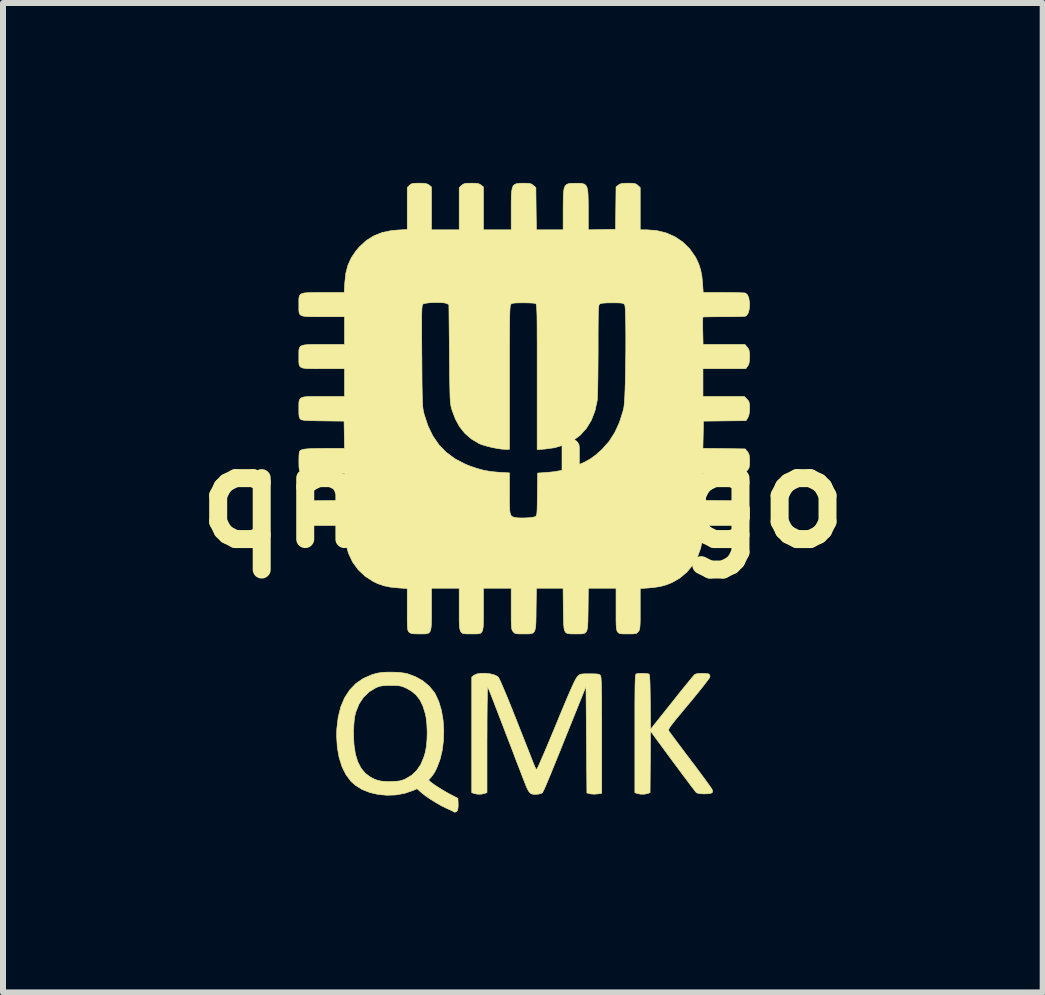
<source format=kicad_pcb>
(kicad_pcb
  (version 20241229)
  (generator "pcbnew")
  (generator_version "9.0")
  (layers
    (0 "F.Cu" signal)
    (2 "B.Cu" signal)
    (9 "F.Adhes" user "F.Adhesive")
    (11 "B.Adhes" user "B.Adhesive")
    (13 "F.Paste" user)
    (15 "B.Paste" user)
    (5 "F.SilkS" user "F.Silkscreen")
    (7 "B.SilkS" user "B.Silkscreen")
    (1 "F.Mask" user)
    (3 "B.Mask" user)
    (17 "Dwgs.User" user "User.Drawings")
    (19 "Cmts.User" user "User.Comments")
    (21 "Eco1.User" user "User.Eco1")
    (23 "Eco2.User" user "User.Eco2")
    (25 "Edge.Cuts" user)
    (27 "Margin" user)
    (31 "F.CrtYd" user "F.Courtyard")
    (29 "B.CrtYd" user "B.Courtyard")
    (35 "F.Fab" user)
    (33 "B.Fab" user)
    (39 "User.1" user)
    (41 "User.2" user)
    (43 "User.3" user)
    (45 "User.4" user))
  (footprint "qmk_logo"
    (layer "F.Cu")
    (at 5.668 5.249)
    (property "Reference" "qmk_logo" (at 0 0 0) (layer "F.SilkS") (effects (font (size 1.524 1.524) (thickness 0.3))))
    (attr through_hole)
    (fp_poly (pts (xy 3.05 2.931) (xy 3.091 2.936) (xy 3.106 2.942) (xy 3.12 2.967) (xy 3.118 2.992) (xy 3.106 3.012) (xy 3.077 3.051) (xy 3.034 3.108) (xy 2.978 3.179) (xy 2.912 3.261) (xy 2.837 3.353) (xy 2.762 3.443) (xy 2.671 3.552) (xy 2.598 3.64) (xy 2.54 3.71) (xy 2.497 3.765) (xy 2.466 3.806) (xy 2.446 3.836) (xy 2.434 3.857) (xy 2.43 3.872) (xy 2.432 3.883) (xy 2.435 3.89) (xy 2.448 3.909) (xy 2.478 3.949) (xy 2.521 4.007) (xy 2.575 4.08) (xy 2.64 4.166) (xy 2.711 4.261) (xy 2.789 4.363) (xy 2.796 4.374) (xy 2.874 4.476) (xy 2.946 4.573) (xy 3.011 4.661) (xy 3.066 4.736) (xy 3.11 4.797) (xy 3.14 4.84) (xy 3.155 4.862) (xy 3.155 4.863) (xy 3.165 4.896) (xy 3.156 4.918) (xy 3.154 4.92) (xy 3.128 4.93) (xy 3.083 4.936) (xy 3.027 4.938) (xy 2.97 4.936) (xy 2.923 4.929) (xy 2.894 4.918) (xy 2.894 4.918) (xy 2.88 4.902) (xy 2.851 4.864) (xy 2.807 4.808) (xy 2.753 4.735) (xy 2.688 4.649) (xy 2.616 4.552) (xy 2.538 4.447) (xy 2.499 4.395) (xy 2.129 3.892) (xy 2.121 4.917) (xy 2.083 4.931) (xy 2.027 4.943) (xy 1.963 4.943) (xy 1.906 4.932) (xy 1.901 4.93) (xy 1.868 4.917) (xy 1.868 3.932) (xy 1.868 3.735) (xy 1.868 3.565) (xy 1.868 3.422) (xy 1.869 3.302) (xy 1.87 3.203) (xy 1.871 3.124) (xy 1.873 3.062) (xy 1.875 3.016) (xy 1.877 2.982) (xy 1.881 2.96) (xy 1.884 2.946) (xy 1.889 2.939) (xy 1.891 2.938) (xy 1.923 2.932) (xy 1.97 2.929) (xy 2.023 2.93) (xy 2.07 2.933) (xy 2.1 2.939) (xy 2.103 2.941) (xy 2.108 2.952) (xy 2.113 2.98) (xy 2.117 3.028) (xy 2.12 3.096) (xy 2.122 3.188) (xy 2.124 3.306) (xy 2.125 3.407) (xy 2.129 3.862) (xy 2.486 3.414) (xy 2.566 3.313) (xy 2.641 3.219) (xy 2.709 3.135) (xy 2.768 3.063) (xy 2.815 3.006) (xy 2.848 2.967) (xy 2.865 2.948) (xy 2.866 2.947) (xy 2.893 2.937) (xy 2.94 2.931) (xy 2.996 2.929) (xy 3.05 2.931)) (stroke (width 0.01) (type solid)) (fill yes) (layer "F.SilkS"))
    (fp_poly (pts (xy -2.065 2.913) (xy -1.977 2.924) (xy -1.93 2.933) (xy -1.793 2.983) (xy -1.668 3.053) (xy -1.561 3.142) (xy -1.477 3.245) (xy -1.46 3.272) (xy -1.401 3.401) (xy -1.357 3.549) (xy -1.33 3.71) (xy -1.319 3.879) (xy -1.324 4.049) (xy -1.345 4.215) (xy -1.383 4.371) (xy -1.437 4.511) (xy -1.465 4.566) (xy -1.494 4.613) (xy -1.523 4.652) (xy -1.538 4.669) (xy -1.561 4.693) (xy -1.569 4.708) (xy -1.557 4.724) (xy -1.523 4.752) (xy -1.473 4.788) (xy -1.412 4.828) (xy -1.344 4.87) (xy -1.275 4.911) (xy -1.226 4.938) (xy -1.083 5.013) (xy -1.079 5.098) (xy -1.079 5.151) (xy -1.085 5.195) (xy -1.09 5.214) (xy -1.115 5.24) (xy -1.143 5.243) (xy -1.155 5.235) (xy -1.172 5.225) (xy -1.209 5.207) (xy -1.26 5.184) (xy -1.274 5.178) (xy -1.355 5.138) (xy -1.447 5.086) (xy -1.54 5.028) (xy -1.626 4.969) (xy -1.694 4.914) (xy -1.702 4.908) (xy -1.763 4.852) (xy -1.837 4.884) (xy -1.974 4.93) (xy -2.12 4.956) (xy -2.268 4.961) (xy -2.414 4.947) (xy -2.553 4.915) (xy -2.681 4.864) (xy -2.791 4.796) (xy -2.867 4.728) (xy -2.95 4.616) (xy -3.016 4.483) (xy -3.064 4.329) (xy -3.094 4.159) (xy -3.105 3.976) (xy -3.104 3.934) (xy -2.824 3.934) (xy -2.816 4.114) (xy -2.793 4.27) (xy -2.753 4.402) (xy -2.697 4.511) (xy -2.625 4.597) (xy -2.545 4.656) (xy -2.477 4.692) (xy -2.412 4.716) (xy -2.342 4.728) (xy -2.257 4.733) (xy -2.196 4.732) (xy -2.119 4.729) (xy -2.062 4.723) (xy -2.017 4.713) (xy -1.975 4.697) (xy -1.957 4.689) (xy -1.854 4.628) (xy -1.77 4.549) (xy -1.703 4.45) (xy -1.651 4.327) (xy -1.627 4.248) (xy -1.609 4.15) (xy -1.598 4.034) (xy -1.595 3.909) (xy -1.6 3.785) (xy -1.612 3.672) (xy -1.627 3.599) (xy -1.667 3.471) (xy -1.718 3.368) (xy -1.782 3.287) (xy -1.862 3.221) (xy -1.941 3.177) (xy -1.987 3.156) (xy -2.026 3.143) (xy -2.066 3.135) (xy -2.116 3.131) (xy -2.186 3.131) (xy -2.204 3.131) (xy -2.28 3.131) (xy -2.335 3.135) (xy -2.377 3.142) (xy -2.416 3.154) (xy -2.454 3.17) (xy -2.565 3.238) (xy -2.658 3.329) (xy -2.732 3.441) (xy -2.785 3.572) (xy -2.801 3.638) (xy -2.811 3.702) (xy -2.818 3.785) (xy -2.823 3.877) (xy -2.824 3.934) (xy -3.104 3.934) (xy -3.102 3.853) (xy -3.079 3.66) (xy -3.036 3.488) (xy -2.973 3.338) (xy -2.889 3.208) (xy -2.786 3.1) (xy -2.663 3.015) (xy -2.52 2.952) (xy -2.435 2.927) (xy -2.361 2.915) (xy -2.267 2.909) (xy -2.165 2.909) (xy -2.065 2.913)) (stroke (width 0.01) (type solid)) (fill yes) (layer "F.SilkS"))
    (fp_poly (pts (xy -0.548 2.936) (xy -0.479 2.953) (xy -0.426 2.978) (xy -0.41 2.991) (xy -0.397 3.013) (xy -0.374 3.06) (xy -0.343 3.131) (xy -0.304 3.223) (xy -0.257 3.335) (xy -0.205 3.463) (xy -0.148 3.607) (xy -0.105 3.713) (xy -0.051 3.851) (xy 0.001 3.982) (xy 0.049 4.104) (xy 0.092 4.213) (xy 0.129 4.307) (xy 0.158 4.382) (xy 0.179 4.435) (xy 0.191 4.464) (xy 0.191 4.465) (xy 0.209 4.504) (xy 0.225 4.528) (xy 0.23 4.532) (xy 0.238 4.519) (xy 0.257 4.481) (xy 0.284 4.42) (xy 0.319 4.339) (xy 0.362 4.241) (xy 0.41 4.127) (xy 0.463 4) (xy 0.52 3.864) (xy 0.554 3.782) (xy 0.626 3.607) (xy 0.688 3.459) (xy 0.74 3.335) (xy 0.784 3.233) (xy 0.821 3.15) (xy 0.85 3.087) (xy 0.874 3.039) (xy 0.893 3.006) (xy 0.907 2.986) (xy 0.91 2.982) (xy 0.932 2.962) (xy 0.952 2.948) (xy 0.977 2.941) (xy 1.014 2.937) (xy 1.071 2.936) (xy 1.115 2.936) (xy 1.186 2.937) (xy 1.234 2.939) (xy 1.265 2.944) (xy 1.283 2.953) (xy 1.294 2.965) (xy 1.298 2.975) (xy 1.302 2.993) (xy 1.305 3.021) (xy 1.307 3.062) (xy 1.31 3.117) (xy 1.311 3.189) (xy 1.313 3.28) (xy 1.314 3.391) (xy 1.314 3.524) (xy 1.315 3.683) (xy 1.315 3.869) (xy 1.315 3.961) (xy 1.315 4.929) (xy 1.245 4.939) (xy 1.189 4.943) (xy 1.135 4.939) (xy 1.122 4.936) (xy 1.068 4.923) (xy 1.061 4.034) (xy 1.053 3.145) (xy 0.846 3.661) (xy 0.759 3.876) (xy 0.683 4.065) (xy 0.617 4.23) (xy 0.559 4.372) (xy 0.51 4.493) (xy 0.469 4.595) (xy 0.434 4.679) (xy 0.405 4.748) (xy 0.382 4.803) (xy 0.363 4.845) (xy 0.349 4.876) (xy 0.337 4.898) (xy 0.329 4.913) (xy 0.321 4.922) (xy 0.315 4.927) (xy 0.31 4.93) (xy 0.303 4.932) (xy 0.303 4.932) (xy 0.262 4.942) (xy 0.217 4.946) (xy 0.179 4.945) (xy 0.15 4.94) (xy 0.125 4.927) (xy 0.103 4.903) (xy 0.08 4.864) (xy 0.054 4.807) (xy 0.023 4.728) (xy -0.007 4.652) (xy -0.038 4.569) (xy -0.079 4.464) (xy -0.125 4.344) (xy -0.174 4.214) (xy -0.225 4.082) (xy -0.275 3.953) (xy -0.287 3.922) (xy -0.332 3.803) (xy -0.377 3.687) (xy -0.419 3.577) (xy -0.457 3.479) (xy -0.488 3.397) (xy -0.512 3.337) (xy -0.519 3.317) (xy -0.543 3.256) (xy -0.564 3.205) (xy -0.58 3.171) (xy -0.586 3.161) (xy -0.588 3.173) (xy -0.59 3.212) (xy -0.592 3.276) (xy -0.593 3.362) (xy -0.595 3.468) (xy -0.596 3.591) (xy -0.597 3.729) (xy -0.597 3.879) (xy -0.598 4.032) (xy -0.598 4.916) (xy -0.636 4.931) (xy -0.692 4.943) (xy -0.757 4.943) (xy -0.814 4.932) (xy -0.818 4.93) (xy -0.852 4.917) (xy -0.852 2.99) (xy -0.812 2.959) (xy -0.766 2.938) (xy -0.701 2.928) (xy -0.625 2.927) (xy -0.548 2.936)) (stroke (width 0.01) (type solid)) (fill yes) (layer "F.SilkS"))
    (fp_poly (pts (xy 1.818 -5.243) (xy 1.86 -5.239) (xy 1.888 -5.23) (xy 1.91 -5.214) (xy 1.918 -5.208) (xy 1.957 -5.171) (xy 1.957 -4.467) (xy 2.063 -4.467) (xy 2.233 -4.454) (xy 2.393 -4.414) (xy 2.538 -4.35) (xy 2.668 -4.262) (xy 2.781 -4.152) (xy 2.873 -4.02) (xy 2.891 -3.988) (xy 2.934 -3.895) (xy 2.964 -3.801) (xy 2.985 -3.696) (xy 2.997 -3.57) (xy 2.997 -3.57) (xy 3.007 -3.422) (xy 3.348 -3.422) (xy 3.447 -3.421) (xy 3.537 -3.42) (xy 3.613 -3.418) (xy 3.67 -3.416) (xy 3.705 -3.414) (xy 3.712 -3.412) (xy 3.745 -3.384) (xy 3.767 -3.332) (xy 3.779 -3.258) (xy 3.78 -3.22) (xy 3.774 -3.138) (xy 3.756 -3.076) (xy 3.728 -3.036) (xy 3.712 -3.027) (xy 3.691 -3.025) (xy 3.644 -3.022) (xy 3.577 -3.02) (xy 3.493 -3.019) (xy 3.398 -3.018) (xy 3.348 -3.018) (xy 3.25 -3.018) (xy 3.163 -3.017) (xy 3.091 -3.016) (xy 3.037 -3.015) (xy 3.007 -3.013) (xy 3.002 -3.012) (xy 3 -2.996) (xy 2.999 -2.955) (xy 2.999 -2.895) (xy 2.999 -2.821) (xy 3 -2.78) (xy 3.005 -2.555) (xy 3.703 -2.555) (xy 3.741 -2.509) (xy 3.762 -2.481) (xy 3.773 -2.452) (xy 3.779 -2.412) (xy 3.78 -2.352) (xy 3.78 -2.351) (xy 3.778 -2.286) (xy 3.771 -2.241) (xy 3.758 -2.208) (xy 3.749 -2.195) (xy 3.718 -2.152) (xy 3.003 -2.152) (xy 3.003 -1.688) (xy 3.693 -1.688) (xy 3.736 -1.645) (xy 3.759 -1.619) (xy 3.772 -1.594) (xy 3.778 -1.56) (xy 3.78 -1.508) (xy 3.78 -1.492) (xy 3.777 -1.422) (xy 3.768 -1.372) (xy 3.751 -1.334) (xy 3.721 -1.285) (xy 3.366 -1.281) (xy 3.011 -1.277) (xy 3.007 -1.05) (xy 3.002 -0.823) (xy 3.355 -0.819) (xy 3.708 -0.814) (xy 3.744 -0.769) (xy 3.763 -0.741) (xy 3.774 -0.711) (xy 3.779 -0.667) (xy 3.78 -0.61) (xy 3.779 -0.551) (xy 3.775 -0.512) (xy 3.764 -0.484) (xy 3.745 -0.459) (xy 3.737 -0.45) (xy 3.693 -0.403) (xy 3.002 -0.403) (xy 3.007 -0.179) (xy 3.011 0.045) (xy 3.359 0.049) (xy 3.708 0.052) (xy 3.744 0.097) (xy 3.763 0.125) (xy 3.774 0.155) (xy 3.779 0.197) (xy 3.78 0.259) (xy 3.779 0.319) (xy 3.775 0.358) (xy 3.766 0.385) (xy 3.748 0.408) (xy 3.736 0.42) (xy 3.693 0.463) (xy 3.008 0.463) (xy 2.997 0.609) (xy 2.99 0.685) (xy 2.98 0.761) (xy 2.968 0.825) (xy 2.964 0.843) (xy 2.912 0.987) (xy 2.835 1.12) (xy 2.736 1.239) (xy 2.619 1.338) (xy 2.49 1.413) (xy 2.394 1.452) (xy 2.3 1.478) (xy 2.195 1.495) (xy 2.103 1.504) (xy 1.957 1.514) (xy 1.957 1.853) (xy 1.957 1.963) (xy 1.957 2.047) (xy 1.955 2.109) (xy 1.952 2.153) (xy 1.948 2.184) (xy 1.942 2.205) (xy 1.934 2.221) (xy 1.926 2.232) (xy 1.91 2.25) (xy 1.892 2.262) (xy 1.864 2.268) (xy 1.821 2.271) (xy 1.758 2.271) (xy 1.697 2.271) (xy 1.65 2.27) (xy 1.614 2.264) (xy 1.589 2.249) (xy 1.571 2.223) (xy 1.561 2.182) (xy 1.556 2.123) (xy 1.554 2.042) (xy 1.554 1.937) (xy 1.554 1.867) (xy 1.554 1.509) (xy 1.092 1.509) (xy 1.088 1.859) (xy 1.086 1.98) (xy 1.084 2.075) (xy 1.08 2.147) (xy 1.072 2.199) (xy 1.058 2.234) (xy 1.037 2.255) (xy 1.008 2.266) (xy 0.968 2.271) (xy 0.916 2.271) (xy 0.882 2.271) (xy 0.822 2.271) (xy 0.776 2.269) (xy 0.741 2.263) (xy 0.715 2.247) (xy 0.698 2.22) (xy 0.687 2.178) (xy 0.681 2.118) (xy 0.678 2.036) (xy 0.676 1.929) (xy 0.675 1.859) (xy 0.671 1.509) (xy 0.226 1.509) (xy 0.221 1.862) (xy 0.22 1.983) (xy 0.218 2.077) (xy 0.213 2.149) (xy 0.204 2.2) (xy 0.19 2.235) (xy 0.168 2.256) (xy 0.137 2.267) (xy 0.095 2.271) (xy 0.04 2.271) (xy 0.007 2.271) (xy -0.059 2.271) (xy -0.102 2.268) (xy -0.129 2.262) (xy -0.147 2.25) (xy -0.163 2.232) (xy -0.163 2.232) (xy -0.173 2.217) (xy -0.181 2.201) (xy -0.186 2.178) (xy -0.19 2.144) (xy -0.192 2.096) (xy -0.194 2.029) (xy -0.194 1.94) (xy -0.194 1.851) (xy -0.194 1.509) (xy -0.657 1.509) (xy -0.657 1.867) (xy -0.657 1.987) (xy -0.658 2.081) (xy -0.661 2.152) (xy -0.669 2.202) (xy -0.682 2.236) (xy -0.702 2.257) (xy -0.732 2.267) (xy -0.773 2.271) (xy -0.826 2.271) (xy -0.862 2.271) (xy -0.92 2.271) (xy -0.966 2.269) (xy -1.001 2.262) (xy -1.026 2.246) (xy -1.043 2.218) (xy -1.053 2.175) (xy -1.059 2.113) (xy -1.061 2.03) (xy -1.061 1.922) (xy -1.061 1.857) (xy -1.061 1.509) (xy -1.524 1.509) (xy -1.524 1.86) (xy -1.524 1.982) (xy -1.525 2.077) (xy -1.528 2.148) (xy -1.536 2.2) (xy -1.549 2.234) (xy -1.57 2.256) (xy -1.599 2.267) (xy -1.639 2.271) (xy -1.692 2.271) (xy -1.726 2.271) (xy -1.794 2.27) (xy -1.84 2.267) (xy -1.87 2.26) (xy -1.89 2.248) (xy -1.898 2.241) (xy -1.907 2.23) (xy -1.914 2.216) (xy -1.92 2.194) (xy -1.923 2.162) (xy -1.926 2.114) (xy -1.927 2.048) (xy -1.927 1.959) (xy -1.927 1.862) (xy -1.927 1.514) (xy -2.073 1.504) (xy -2.205 1.491) (xy -2.317 1.468) (xy -2.418 1.433) (xy -2.494 1.397) (xy -2.63 1.309) (xy -2.745 1.201) (xy -2.837 1.075) (xy -2.906 0.931) (xy -2.951 0.772) (xy -2.97 0.616) (xy -2.978 0.463) (xy -3.327 0.463) (xy -3.448 0.463) (xy -3.542 0.462) (xy -3.613 0.459) (xy -3.665 0.451) (xy -3.699 0.438) (xy -3.72 0.417) (xy -3.731 0.386) (xy -3.735 0.345) (xy -3.735 0.291) (xy -3.735 0.256) (xy -3.735 0.196) (xy -3.734 0.149) (xy -3.727 0.114) (xy -3.711 0.088) (xy -3.684 0.07) (xy -3.642 0.06) (xy -3.581 0.054) (xy -3.499 0.051) (xy -3.392 0.049) (xy -3.327 0.049) (xy -2.981 0.045) (xy -2.977 -0.179) (xy -2.973 -0.403) (xy -3.31 -0.403) (xy -3.429 -0.404) (xy -3.521 -0.405) (xy -3.591 -0.409) (xy -3.642 -0.414) (xy -3.678 -0.422) (xy -3.702 -0.432) (xy -3.718 -0.447) (xy -3.724 -0.454) (xy -3.729 -0.477) (xy -3.733 -0.521) (xy -3.734 -0.578) (xy -3.734 -0.64) (xy -3.733 -0.699) (xy -3.729 -0.745) (xy -3.724 -0.771) (xy -3.724 -0.772) (xy -3.709 -0.788) (xy -3.684 -0.8) (xy -3.646 -0.809) (xy -3.591 -0.815) (xy -3.516 -0.819) (xy -3.418 -0.821) (xy -3.301 -0.822) (xy -2.973 -0.822) (xy -2.977 -1.05) (xy -2.981 -1.277) (xy -3.331 -1.281) (xy -3.445 -1.283) (xy -3.532 -1.285) (xy -3.598 -1.288) (xy -3.644 -1.291) (xy -3.676 -1.296) (xy -3.696 -1.302) (xy -3.708 -1.31) (xy -3.708 -1.31) (xy -3.721 -1.326) (xy -3.729 -1.351) (xy -3.734 -1.391) (xy -3.735 -1.453) (xy -3.735 -1.481) (xy -3.735 -1.543) (xy -3.734 -1.59) (xy -3.727 -1.626) (xy -3.712 -1.652) (xy -3.685 -1.67) (xy -3.644 -1.681) (xy -3.584 -1.686) (xy -3.502 -1.688) (xy -3.396 -1.688) (xy -3.324 -1.688) (xy -2.973 -1.688) (xy -2.973 -2.152) (xy -3.33 -2.152) (xy -3.45 -2.151) (xy -3.544 -2.152) (xy -3.615 -2.155) (xy -3.666 -2.162) (xy -3.7 -2.175) (xy -3.721 -2.195) (xy -3.731 -2.223) (xy -3.735 -2.263) (xy -3.735 -2.314) (xy -3.735 -2.351) (xy -3.735 -2.411) (xy -3.734 -2.458) (xy -3.727 -2.494) (xy -3.712 -2.519) (xy -3.685 -2.537) (xy -3.643 -2.547) (xy -3.583 -2.553) (xy -3.501 -2.555) (xy -3.395 -2.555) (xy -3.324 -2.555) (xy -2.973 -2.555) (xy -2.973 -2.935) (xy -1.687 -2.935) (xy -1.687 -2.832) (xy -1.687 -2.705) (xy -1.686 -2.553) (xy -1.685 -2.375) (xy -1.684 -2.362) (xy -1.683 -2.181) (xy -1.682 -2.027) (xy -1.681 -1.898) (xy -1.679 -1.791) (xy -1.677 -1.703) (xy -1.675 -1.631) (xy -1.673 -1.574) (xy -1.67 -1.528) (xy -1.666 -1.49) (xy -1.661 -1.459) (xy -1.656 -1.431) (xy -1.649 -1.404) (xy -1.646 -1.392) (xy -1.583 -1.2) (xy -1.501 -1.03) (xy -1.399 -0.882) (xy -1.275 -0.755) (xy -1.13 -0.648) (xy -0.963 -0.561) (xy -0.887 -0.53) (xy -0.762 -0.487) (xy -0.65 -0.457) (xy -0.537 -0.437) (xy -0.411 -0.425) (xy -0.385 -0.423) (xy -0.224 -0.414) (xy -0.224 -0.075) (xy -0.224 0.041) (xy -0.223 0.132) (xy -0.22 0.199) (xy -0.214 0.248) (xy -0.205 0.281) (xy -0.192 0.303) (xy -0.174 0.316) (xy -0.15 0.325) (xy -0.134 0.329) (xy -0.089 0.336) (xy -0.028 0.338) (xy 0.04 0.337) (xy 0.108 0.333) (xy 0.165 0.326) (xy 0.202 0.317) (xy 0.206 0.315) (xy 0.216 0.309) (xy 0.224 0.3) (xy 0.23 0.284) (xy 0.234 0.257) (xy 0.237 0.217) (xy 0.239 0.158) (xy 0.241 0.078) (xy 0.242 -0.027) (xy 0.243 -0.056) (xy 0.247 -0.411) (xy 0.396 -0.421) (xy 0.526 -0.434) (xy 0.644 -0.455) (xy 0.764 -0.488) (xy 0.895 -0.535) (xy 0.902 -0.538) (xy 1.023 -0.59) (xy 1.125 -0.647) (xy 1.218 -0.714) (xy 1.312 -0.798) (xy 1.319 -0.805) (xy 1.437 -0.937) (xy 1.533 -1.087) (xy 1.611 -1.256) (xy 1.671 -1.447) (xy 1.684 -1.502) (xy 1.689 -1.542) (xy 1.695 -1.607) (xy 1.7 -1.692) (xy 1.704 -1.796) (xy 1.708 -1.913) (xy 1.711 -2.041) (xy 1.713 -2.177) (xy 1.715 -2.317) (xy 1.717 -2.458) (xy 1.717 -2.597) (xy 1.717 -2.73) (xy 1.716 -2.853) (xy 1.714 -2.965) (xy 1.712 -3.06) (xy 1.709 -3.136) (xy 1.704 -3.19) (xy 1.699 -3.218) (xy 1.698 -3.22) (xy 1.686 -3.232) (xy 1.669 -3.241) (xy 1.641 -3.246) (xy 1.596 -3.249) (xy 1.53 -3.25) (xy 1.49 -3.25) (xy 1.402 -3.249) (xy 1.34 -3.245) (xy 1.301 -3.239) (xy 1.28 -3.229) (xy 1.274 -3.222) (xy 1.269 -3.21) (xy 1.266 -3.191) (xy 1.262 -3.161) (xy 1.26 -3.119) (xy 1.258 -3.061) (xy 1.257 -2.986) (xy 1.256 -2.891) (xy 1.255 -2.774) (xy 1.255 -2.631) (xy 1.255 -2.467) (xy 1.254 -2.315) (xy 1.253 -2.17) (xy 1.252 -2.034) (xy 1.25 -1.912) (xy 1.248 -1.806) (xy 1.245 -1.72) (xy 1.243 -1.657) (xy 1.24 -1.621) (xy 1.24 -1.621) (xy 1.202 -1.447) (xy 1.142 -1.292) (xy 1.06 -1.157) (xy 0.957 -1.043) (xy 0.834 -0.951) (xy 0.691 -0.881) (xy 0.53 -0.834) (xy 0.362 -0.811) (xy 0.239 -0.803) (xy 0.239 -2.015) (xy 0.239 -2.234) (xy 0.239 -2.426) (xy 0.239 -2.591) (xy 0.238 -2.732) (xy 0.238 -2.85) (xy 0.237 -2.949) (xy 0.236 -3.029) (xy 0.234 -3.093) (xy 0.232 -3.142) (xy 0.23 -3.178) (xy 0.227 -3.204) (xy 0.224 -3.221) (xy 0.22 -3.232) (xy 0.216 -3.237) (xy 0.213 -3.239) (xy 0.188 -3.243) (xy 0.141 -3.247) (xy 0.077 -3.249) (xy 0.004 -3.25) (xy 0.003 -3.25) (xy -0.076 -3.249) (xy -0.129 -3.247) (xy -0.164 -3.243) (xy -0.186 -3.236) (xy -0.199 -3.226) (xy -0.203 -3.221) (xy -0.207 -3.212) (xy -0.21 -3.195) (xy -0.213 -3.168) (xy -0.216 -3.129) (xy -0.218 -3.077) (xy -0.22 -3.009) (xy -0.221 -2.925) (xy -0.222 -2.821) (xy -0.223 -2.696) (xy -0.224 -2.548) (xy -0.224 -2.376) (xy -0.224 -2.177) (xy -0.224 -1.999) (xy -0.224 -0.807) (xy -0.293 -0.807) (xy -0.356 -0.811) (xy -0.435 -0.823) (xy -0.522 -0.84) (xy -0.606 -0.861) (xy -0.679 -0.883) (xy -0.73 -0.903) (xy -0.859 -0.981) (xy -0.965 -1.072) (xy -1.052 -1.18) (xy -1.123 -1.308) (xy -1.181 -1.461) (xy -1.184 -1.472) (xy -1.191 -1.496) (xy -1.197 -1.52) (xy -1.202 -1.547) (xy -1.206 -1.58) (xy -1.21 -1.621) (xy -1.213 -1.673) (xy -1.215 -1.738) (xy -1.217 -1.82) (xy -1.219 -1.92) (xy -1.221 -2.042) (xy -1.222 -2.188) (xy -1.224 -2.361) (xy -1.224 -2.398) (xy -1.233 -3.219) (xy -1.27 -3.239) (xy -1.304 -3.248) (xy -1.358 -3.253) (xy -1.424 -3.255) (xy -1.495 -3.254) (xy -1.563 -3.25) (xy -1.619 -3.243) (xy -1.657 -3.233) (xy -1.665 -3.228) (xy -1.67 -3.222) (xy -1.675 -3.212) (xy -1.679 -3.195) (xy -1.682 -3.17) (xy -1.684 -3.134) (xy -1.686 -3.084) (xy -1.687 -3.019) (xy -1.687 -2.935) (xy -2.973 -2.935) (xy -2.973 -3.018) (xy -3.33 -3.018) (xy -3.45 -3.018) (xy -3.544 -3.019) (xy -3.615 -3.022) (xy -3.666 -3.029) (xy -3.7 -3.041) (xy -3.721 -3.061) (xy -3.731 -3.09) (xy -3.735 -3.129) (xy -3.735 -3.181) (xy -3.735 -3.217) (xy -3.735 -3.278) (xy -3.734 -3.325) (xy -3.727 -3.361) (xy -3.712 -3.386) (xy -3.685 -3.403) (xy -3.642 -3.414) (xy -3.582 -3.419) (xy -3.5 -3.421) (xy -3.393 -3.422) (xy -3.327 -3.422) (xy -2.978 -3.422) (xy -2.969 -3.584) (xy -2.952 -3.741) (xy -2.916 -3.878) (xy -2.859 -4.003) (xy -2.779 -4.12) (xy -2.72 -4.188) (xy -2.608 -4.29) (xy -2.484 -4.367) (xy -2.346 -4.422) (xy -2.19 -4.454) (xy -2.088 -4.463) (xy -1.927 -4.472) (xy -1.927 -5.171) (xy -1.891 -5.208) (xy -1.87 -5.226) (xy -1.846 -5.237) (xy -1.812 -5.242) (xy -1.759 -5.244) (xy -1.728 -5.244) (xy -1.662 -5.243) (xy -1.618 -5.238) (xy -1.587 -5.228) (xy -1.563 -5.213) (xy -1.524 -5.182) (xy -1.524 -4.467) (xy -1.061 -4.467) (xy -1.061 -5.171) (xy -1.021 -5.208) (xy -0.998 -5.226) (xy -0.973 -5.237) (xy -0.936 -5.243) (xy -0.881 -5.244) (xy -0.859 -5.244) (xy -0.793 -5.243) (xy -0.749 -5.238) (xy -0.719 -5.228) (xy -0.697 -5.213) (xy -0.657 -5.182) (xy -0.657 -4.467) (xy -0.194 -4.467) (xy -0.194 -4.805) (xy -0.194 -4.93) (xy -0.192 -5.029) (xy -0.187 -5.105) (xy -0.177 -5.16) (xy -0.162 -5.199) (xy -0.138 -5.223) (xy -0.106 -5.236) (xy -0.063 -5.242) (xy -0.008 -5.244) (xy 0.01 -5.244) (xy 0.074 -5.243) (xy 0.115 -5.239) (xy 0.144 -5.23) (xy 0.169 -5.213) (xy 0.175 -5.208) (xy 0.217 -5.172) (xy 0.221 -4.82) (xy 0.226 -4.467) (xy 0.672 -4.467) (xy 0.672 -4.805) (xy 0.673 -4.93) (xy 0.675 -5.03) (xy 0.68 -5.105) (xy 0.689 -5.16) (xy 0.705 -5.199) (xy 0.729 -5.223) (xy 0.761 -5.236) (xy 0.805 -5.242) (xy 0.86 -5.243) (xy 0.882 -5.243) (xy 0.941 -5.243) (xy 0.989 -5.239) (xy 1.025 -5.228) (xy 1.051 -5.208) (xy 1.069 -5.175) (xy 1.081 -5.126) (xy 1.087 -5.057) (xy 1.09 -4.966) (xy 1.091 -4.849) (xy 1.091 -4.804) (xy 1.091 -4.467) (xy 1.319 -4.471) (xy 1.546 -4.475) (xy 1.55 -4.829) (xy 1.554 -5.183) (xy 1.594 -5.214) (xy 1.619 -5.23) (xy 1.652 -5.239) (xy 1.699 -5.243) (xy 1.755 -5.244) (xy 1.818 -5.243)) (stroke (width 0.01) (type solid)) (fill yes) (layer "F.SilkS")))
  (gr_rect
    (start -3 -3)
    (end 14.336 13.497)
    (stroke (width 0.1) (type default))
    (fill no)
    (layer "Edge.Cuts")))
</source>
